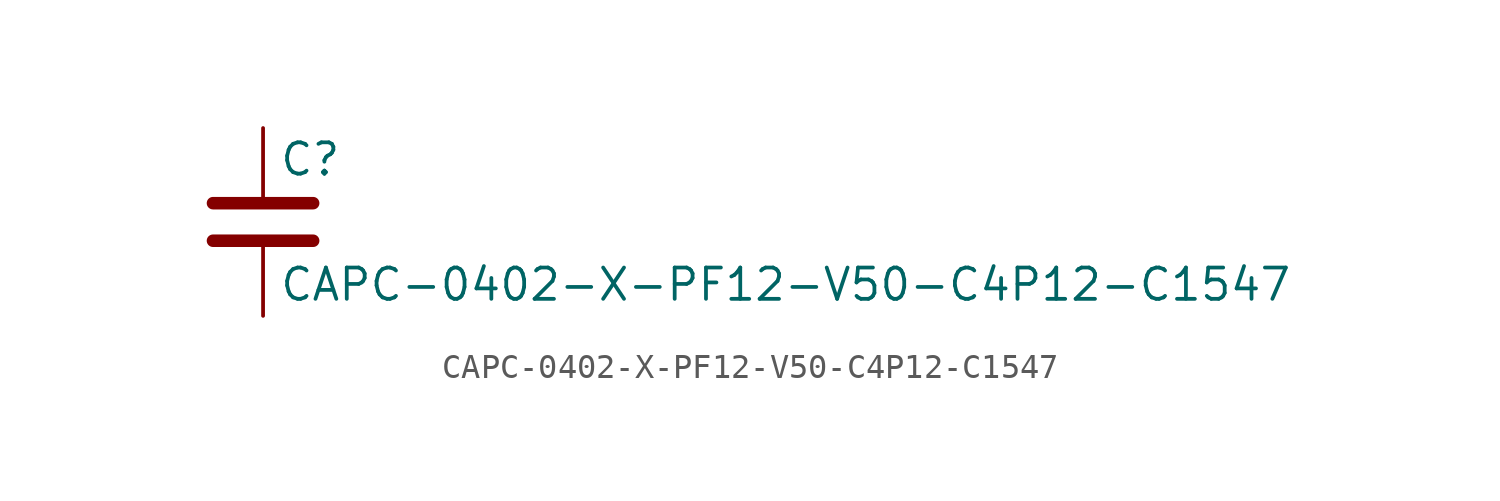
<source format=kicad_sym>
(kicad_symbol_lib
  (version 20211014)
  (generator kicad_symbol_editor)
  (symbol "CAPC-0402-X-PF12-V50-C4P12-C1547"
    (pin_numbers hide)
    (pin_names
      (offset 0.254))
    (property "Reference" "C"
      (at 0.635 2.54 0)
      (effects (font (size 1.27 1.27)) (justify left)))
    (property "Value" "CAPC-0402-X-PF12-V50-C4P12-C1547"
      (at 0.635 -2.54 0)
      (effects (font (size 1.27 1.27)) (justify left)))
    (symbol "CAPC-0402-X-PF12-V50-C4P12-C1547_0_1"
      (polyline (pts (xy -2.032 -0.762) (xy 2.032 -0.762)) (stroke (width 0.508) (type default) (color 0 0 0 0)) (fill (type none)))
      (polyline (pts (xy -2.032 0.762) (xy 2.032 0.762)) (stroke (width 0.508) (type default) (color 0 0 0 0)) (fill (type none))))
    (symbol "CAPC-0402-X-PF12-V50-C4P12-C1547_1_1"
      (pin passive line (at 0 3.81 270) (length 2.794) (name "~" (effects (font (size 1.27 1.27)))) (number "1" (effects (font (size 1.27 1.27)))))
      (pin passive line (at 0 -3.81 90) (length 2.794) (name "~" (effects (font (size 1.27 1.27)))) (number "2" (effects (font (size 1.27 1.27))))))))
</source>
